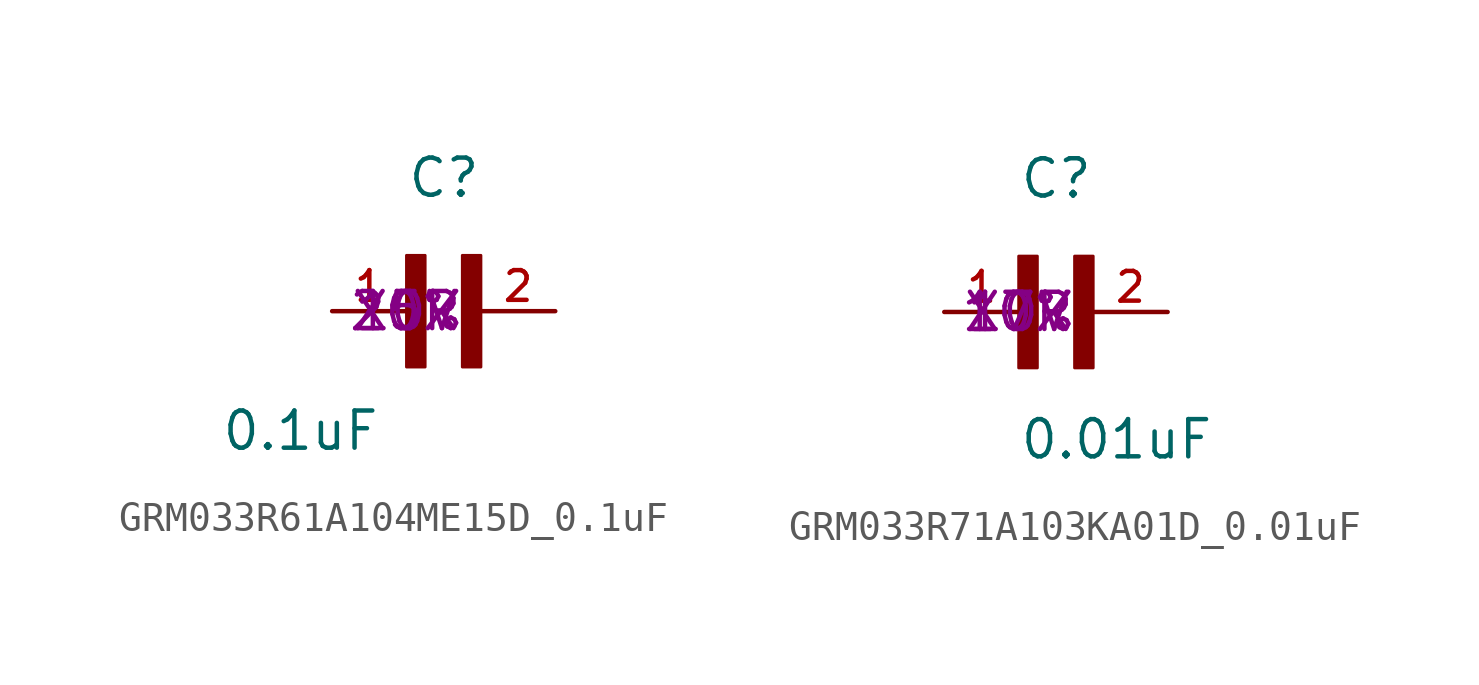
<source format=kicad_sym>
(kicad_symbol_lib
  (version 20241209)
  (generator "kicad_symbol_editor")
  (generator_version "9.0")
  (symbol "GRM033R61A104ME15D_0.1uF"
    (pin_names
      (offset 1.016))
    (property "Reference" "C"
      (at 0 3.811 0)
      (effects (font (size 1.27 1.27)) (justify left bottom)))
    (property "Value" "0.1uF"
      (at -6.35 -4.826 0)
      (effects (font (size 1.27 1.27)) (justify left bottom)))
    (property "Tolerance" "20%"
      (at 0 0 0)
      (effects (font (size 1.27 1.27))))
    (property "V Rating" "10V"
      (at 0 0 0)
      (effects (font (size 1.27 1.27))))
    (property "Class" "X5R"
      (at 0 0 0)
      (effects (font (size 1.27 1.27))))
    (symbol "GRM033R61A104ME15D_0.1uF_0_0"
      (rectangle (start 0 -1.907) (end 0.635 1.905) (stroke (width 0.1) (type default)) (fill (type outline)))
      (rectangle (start 1.907 -1.907) (end 2.54 1.905) (stroke (width 0.1) (type default)) (fill (type outline)))
      (pin passive line (at -2.54 0 0) (length 2.54) (name "~" (effects (font (size 1.016 1.016)))) (number "1" (effects (font (size 1.016 1.016)))))
      (pin passive line (at 5.08 0 180) (length 2.54) (name "~" (effects (font (size 1.016 1.016)))) (number "2" (effects (font (size 1.016 1.016)))))))
  (symbol "GRM033R71A103KA01D_0.01uF"
    (pin_names
      (offset 1.016))
    (property "Reference" "C"
      (at 0 3.811 0)
      (effects (font (size 1.27 1.27)) (justify left bottom)))
    (property "Value" "0.01uF"
      (at 0 -5.088 0)
      (effects (font (size 1.27 1.27)) (justify left bottom)))
    (property "Tolerance" "10%"
      (at 0 0 0)
      (effects (font (size 1.27 1.27))))
    (property "V Rating" "10V"
      (at 0 0 0)
      (effects (font (size 1.27 1.27))))
    (property "Class" "X7R"
      (at 0 0 0)
      (effects (font (size 1.27 1.27))))
    (symbol "GRM033R71A103KA01D_0.01uF_0_0"
      (rectangle (start 0 -1.907) (end 0.635 1.905) (stroke (width 0.1) (type default)) (fill (type outline)))
      (rectangle (start 1.907 -1.907) (end 2.54 1.905) (stroke (width 0.1) (type default)) (fill (type outline)))
      (pin passive line (at -2.54 0 0) (length 2.54) (name "~" (effects (font (size 1.016 1.016)))) (number "1" (effects (font (size 1.016 1.016)))))
      (pin passive line (at 5.08 0 180) (length 2.54) (name "~" (effects (font (size 1.016 1.016)))) (number "2" (effects (font (size 1.016 1.016))))))))
</source>
